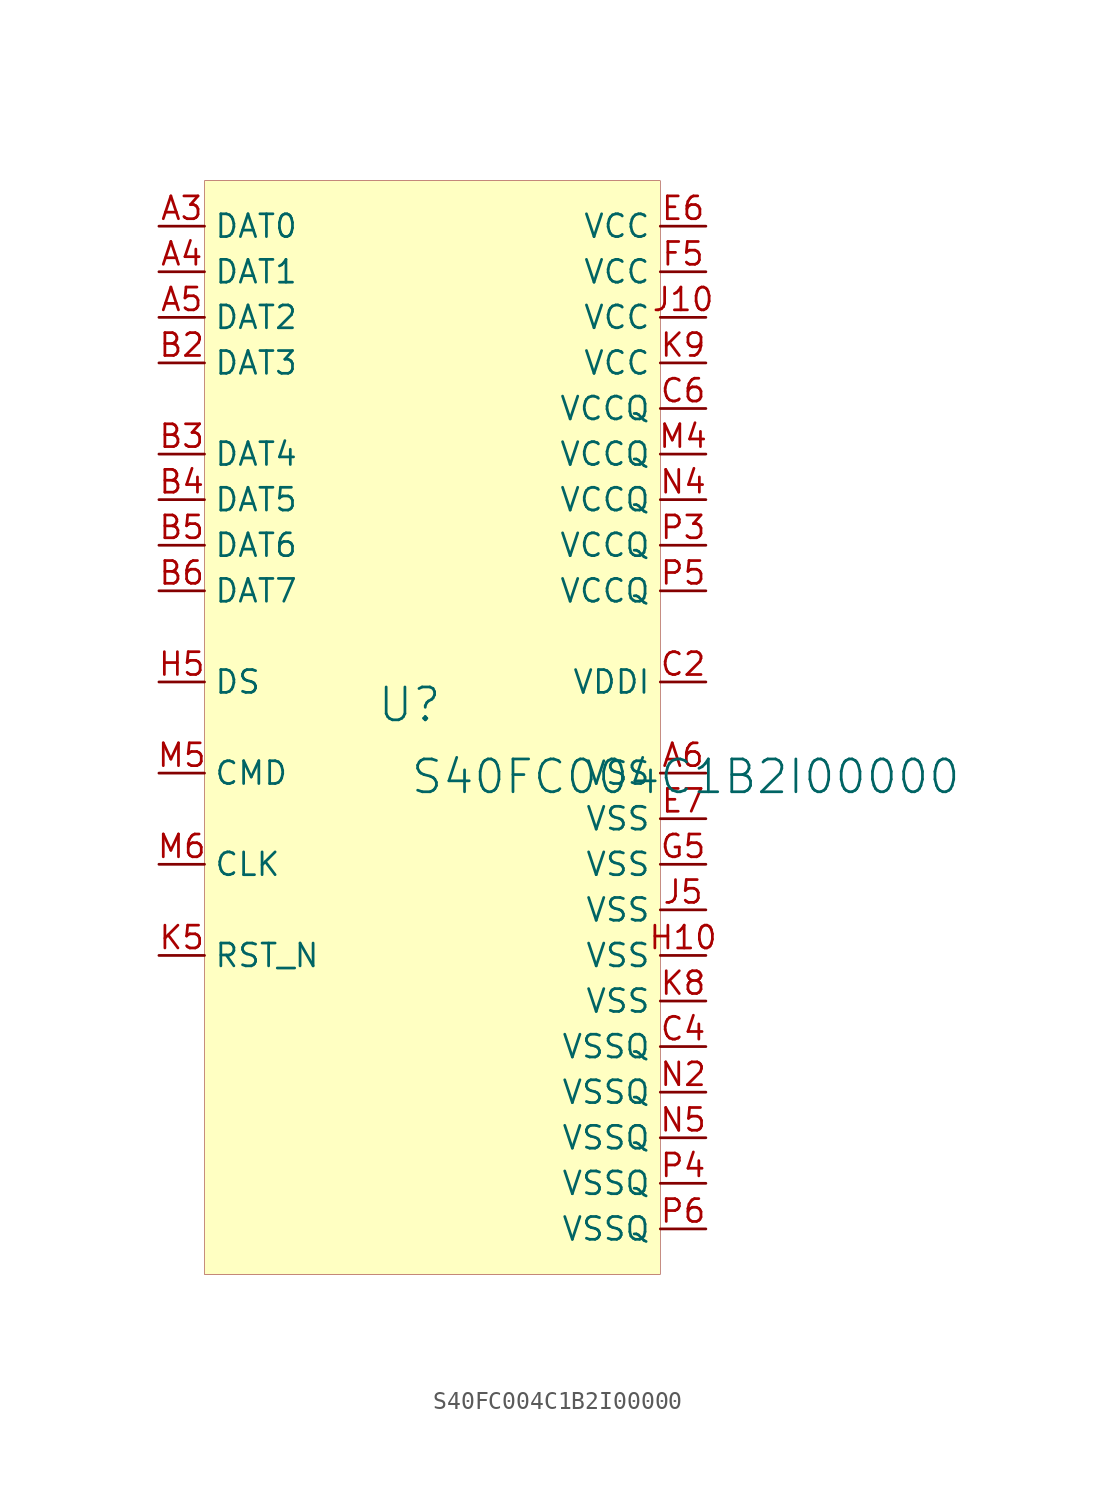
<source format=kicad_sym>
(kicad_symbol_lib
  (version 20231120)
  (generator "kicad_symbol_editor")
  (generator_version "8.0")
  (symbol "S40FC004C1B2I00000"
    (property "Reference" "U"
      (at -1.27 1.27 0)
      (effects (font (size 1.829 1.829))))
    (property "Value" "S40FC004C1B2I00000"
      (at -1.27 -3.81 0)
      (effects (font (size 1.829 1.829)) (justify left bottom)))
    (symbol "S40FC004C1B2I00000_1_0"
      (rectangle (start 12.7 30.48) (end -12.7 -30.48) (stroke (width 0.025) (type solid) (color 128 0 0 1)) (fill (type background)))
      (pin passive line (at -15.24 27.94 0) (length 2.54) (name "DAT0" (effects (font (size 1.27 1.27)))) (number "A3" (effects (font (size 1.27 1.27)))))
      (pin passive line (at -15.24 25.4 0) (length 2.54) (name "DAT1" (effects (font (size 1.27 1.27)))) (number "A4" (effects (font (size 1.27 1.27)))))
      (pin passive line (at -15.24 22.86 0) (length 2.54) (name "DAT2" (effects (font (size 1.27 1.27)))) (number "A5" (effects (font (size 1.27 1.27)))))
      (pin passive line (at 15.24 -2.54 180) (length 2.54) (name "VSS" (effects (font (size 1.27 1.27)))) (number "A6" (effects (font (size 1.27 1.27)))))
      (pin passive line (at -15.24 20.32 0) (length 2.54) (name "DAT3" (effects (font (size 1.27 1.27)))) (number "B2" (effects (font (size 1.27 1.27)))))
      (pin passive line (at -15.24 15.24 0) (length 2.54) (name "DAT4" (effects (font (size 1.27 1.27)))) (number "B3" (effects (font (size 1.27 1.27)))))
      (pin passive line (at -15.24 12.7 0) (length 2.54) (name "DAT5" (effects (font (size 1.27 1.27)))) (number "B4" (effects (font (size 1.27 1.27)))))
      (pin passive line (at -15.24 10.16 0) (length 2.54) (name "DAT6" (effects (font (size 1.27 1.27)))) (number "B5" (effects (font (size 1.27 1.27)))))
      (pin passive line (at -15.24 7.62 0) (length 2.54) (name "DAT7" (effects (font (size 1.27 1.27)))) (number "B6" (effects (font (size 1.27 1.27)))))
      (pin passive line (at 15.24 2.54 180) (length 2.54) (name "VDDI" (effects (font (size 1.27 1.27)))) (number "C2" (effects (font (size 1.27 1.27)))))
      (pin passive line (at 15.24 -17.78 180) (length 2.54) (name "VSSQ" (effects (font (size 1.27 1.27)))) (number "C4" (effects (font (size 1.27 1.27)))))
      (pin passive line (at 15.24 17.78 180) (length 2.54) (name "VCCQ" (effects (font (size 1.27 1.27)))) (number "C6" (effects (font (size 1.27 1.27)))))
      (pin passive line (at 15.24 27.94 180) (length 2.54) (name "VCC" (effects (font (size 1.27 1.27)))) (number "E6" (effects (font (size 1.27 1.27)))))
      (pin passive line (at 15.24 -5.08 180) (length 2.54) (name "VSS" (effects (font (size 1.27 1.27)))) (number "E7" (effects (font (size 1.27 1.27)))))
      (pin passive line (at 15.24 25.4 180) (length 2.54) (name "VCC" (effects (font (size 1.27 1.27)))) (number "F5" (effects (font (size 1.27 1.27)))))
      (pin passive line (at 15.24 -7.62 180) (length 2.54) (name "VSS" (effects (font (size 1.27 1.27)))) (number "G5" (effects (font (size 1.27 1.27)))))
      (pin passive line (at 15.24 -12.7 180) (length 2.54) (name "VSS" (effects (font (size 1.27 1.27)))) (number "H10" (effects (font (size 1.27 1.27)))))
      (pin passive line (at -15.24 2.54 0) (length 2.54) (name "DS" (effects (font (size 1.27 1.27)))) (number "H5" (effects (font (size 1.27 1.27)))))
      (pin passive line (at 15.24 22.86 180) (length 2.54) (name "VCC" (effects (font (size 1.27 1.27)))) (number "J10" (effects (font (size 1.27 1.27)))))
      (pin passive line (at 15.24 -10.16 180) (length 2.54) (name "VSS" (effects (font (size 1.27 1.27)))) (number "J5" (effects (font (size 1.27 1.27)))))
      (pin passive line (at -15.24 -12.7 0) (length 2.54) (name "RST_N" (effects (font (size 1.27 1.27)))) (number "K5" (effects (font (size 1.27 1.27)))))
      (pin passive line (at 15.24 -15.24 180) (length 2.54) (name "VSS" (effects (font (size 1.27 1.27)))) (number "K8" (effects (font (size 1.27 1.27)))))
      (pin passive line (at 15.24 20.32 180) (length 2.54) (name "VCC" (effects (font (size 1.27 1.27)))) (number "K9" (effects (font (size 1.27 1.27)))))
      (pin passive line (at 15.24 15.24 180) (length 2.54) (name "VCCQ" (effects (font (size 1.27 1.27)))) (number "M4" (effects (font (size 1.27 1.27)))))
      (pin passive line (at -15.24 -2.54 0) (length 2.54) (name "CMD" (effects (font (size 1.27 1.27)))) (number "M5" (effects (font (size 1.27 1.27)))))
      (pin passive line (at -15.24 -7.62 0) (length 2.54) (name "CLK" (effects (font (size 1.27 1.27)))) (number "M6" (effects (font (size 1.27 1.27)))))
      (pin passive line (at 15.24 -20.32 180) (length 2.54) (name "VSSQ" (effects (font (size 1.27 1.27)))) (number "N2" (effects (font (size 1.27 1.27)))))
      (pin passive line (at 15.24 12.7 180) (length 2.54) (name "VCCQ" (effects (font (size 1.27 1.27)))) (number "N4" (effects (font (size 1.27 1.27)))))
      (pin passive line (at 15.24 -22.86 180) (length 2.54) (name "VSSQ" (effects (font (size 1.27 1.27)))) (number "N5" (effects (font (size 1.27 1.27)))))
      (pin passive line (at 15.24 10.16 180) (length 2.54) (name "VCCQ" (effects (font (size 1.27 1.27)))) (number "P3" (effects (font (size 1.27 1.27)))))
      (pin passive line (at 15.24 -25.4 180) (length 2.54) (name "VSSQ" (effects (font (size 1.27 1.27)))) (number "P4" (effects (font (size 1.27 1.27)))))
      (pin passive line (at 15.24 7.62 180) (length 2.54) (name "VCCQ" (effects (font (size 1.27 1.27)))) (number "P5" (effects (font (size 1.27 1.27)))))
      (pin passive line (at 15.24 -27.94 180) (length 2.54) (name "VSSQ" (effects (font (size 1.27 1.27)))) (number "P6" (effects (font (size 1.27 1.27))))))))
</source>
